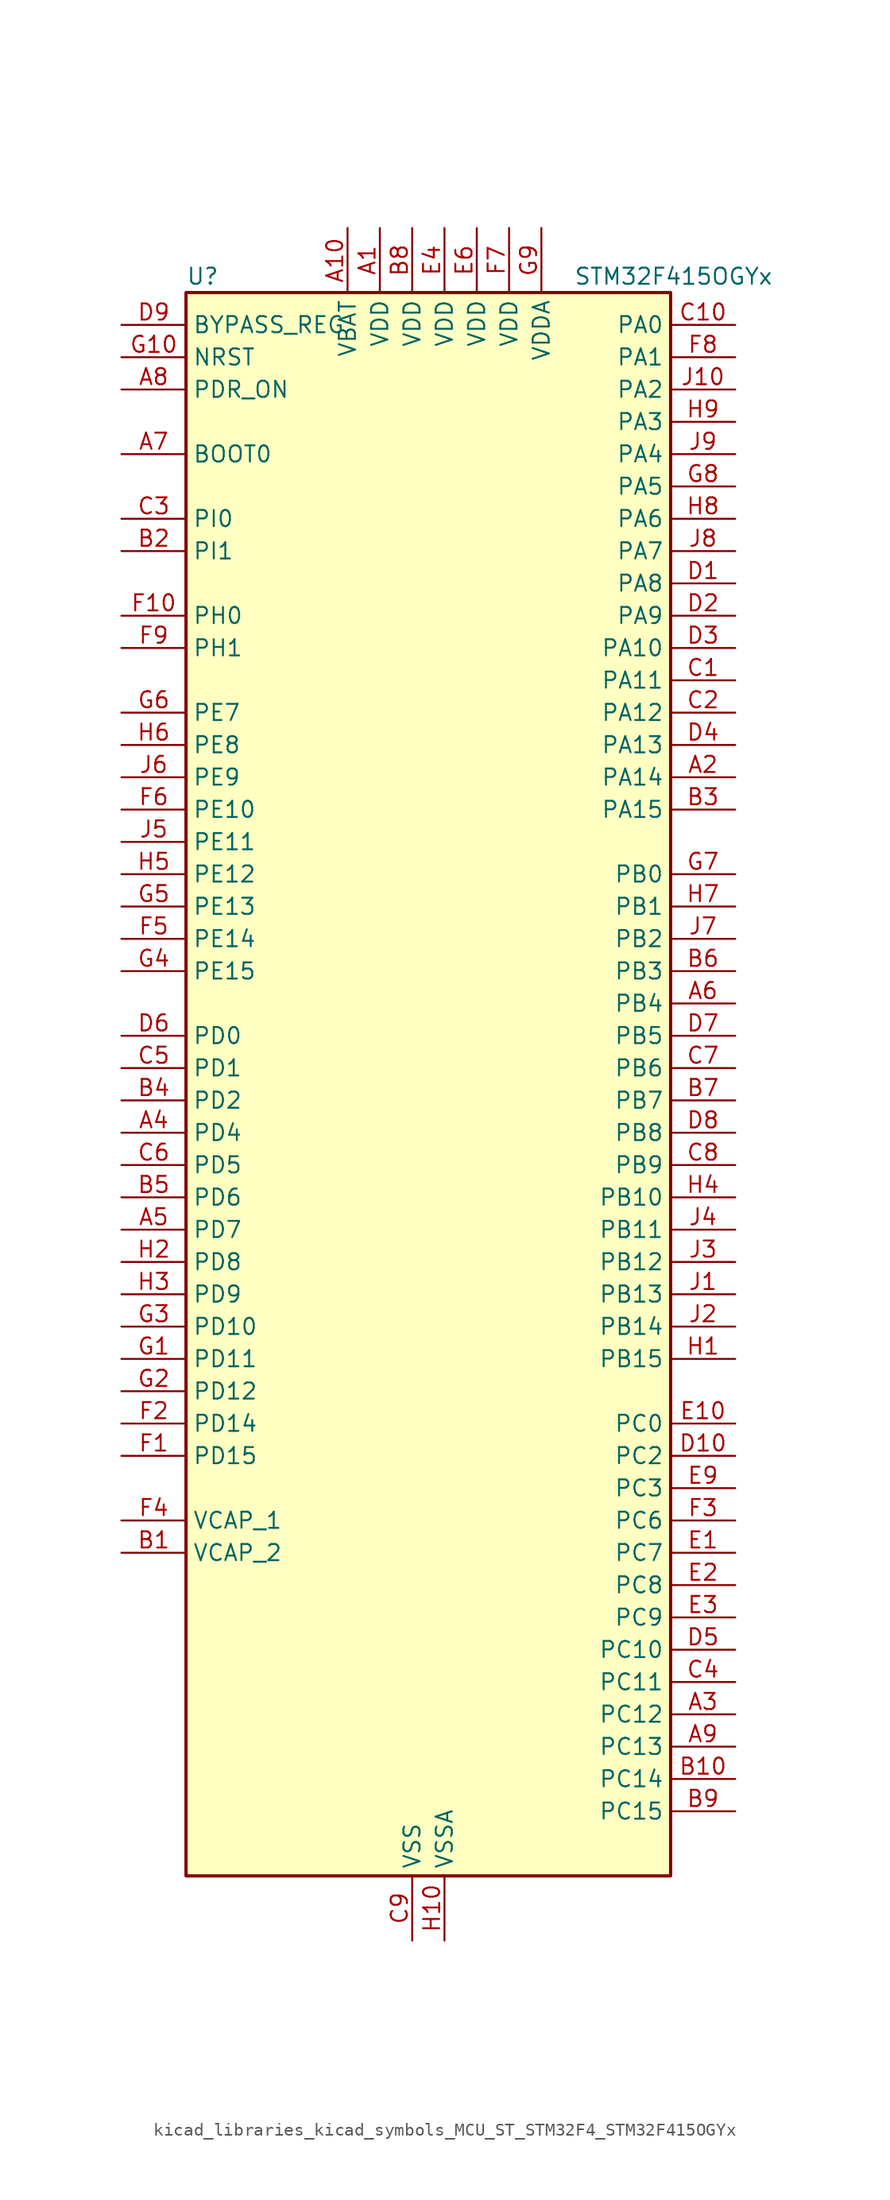
<source format=kicad_sym>
(kicad_symbol_lib
  (version 20220914)
  (generator kicad_symbol_editor)
  (symbol "kicad_libraries_kicad_symbols_MCU_ST_STM32F4_STM32F415OGYx"
    (property "Reference" "U"
      (at -17.78 64.77 0)
      (effects (font (size 1.27 1.27)) (justify left)))
    (property "Value" "STM32F415OGYx"
      (at 12.7 64.77 0)
      (effects (font (size 1.27 1.27)) (justify left)))
    (property "ki_locked" ""
      (at 0 0 0)
      (effects (font (size 1.27 1.27))))
    (symbol "kicad_libraries_kicad_symbols_MCU_ST_STM32F4_STM32F415OGYx_0_1"
      (rectangle (start -17.78 -60.96) (end 20.32 63.5) (stroke (width 0.254) (type default)) (fill (type background))))
    (symbol "kicad_libraries_kicad_symbols_MCU_ST_STM32F4_STM32F415OGYx_1_1"
      (pin power_in line (at -2.54 68.58 270) (length 5.08) (name "VDD" (effects (font (size 1.27 1.27)))) (number "A1" (effects (font (size 1.27 1.27)))))
      (pin power_in line (at -5.08 68.58 270) (length 5.08) (name "VBAT" (effects (font (size 1.27 1.27)))) (number "A10" (effects (font (size 1.27 1.27)))))
      (pin bidirectional line (at 25.4 25.4 180) (length 5.08) (name "PA14" (effects (font (size 1.27 1.27)))) (number "A2" (effects (font (size 1.27 1.27)))) (alternate "SYS_JTCK-SWCLK" bidirectional line))
      (pin bidirectional line (at 25.4 -48.26 180) (length 5.08) (name "PC12" (effects (font (size 1.27 1.27)))) (number "A3" (effects (font (size 1.27 1.27)))) (alternate "I2S3_SD" bidirectional line) (alternate "SDIO_CK" bidirectional line) (alternate "SPI3_MOSI" bidirectional line) (alternate "UART5_TX" bidirectional line) (alternate "USART3_CK" bidirectional line))
      (pin bidirectional line (at -22.86 -2.54 0) (length 5.08) (name "PD4" (effects (font (size 1.27 1.27)))) (number "A4" (effects (font (size 1.27 1.27)))) (alternate "FSMC_NOE" bidirectional line) (alternate "USART2_RTS" bidirectional line))
      (pin bidirectional line (at -22.86 -10.16 0) (length 5.08) (name "PD7" (effects (font (size 1.27 1.27)))) (number "A5" (effects (font (size 1.27 1.27)))) (alternate "FSMC_NCE2" bidirectional line) (alternate "FSMC_NE1" bidirectional line) (alternate "USART2_CK" bidirectional line))
      (pin bidirectional line (at 25.4 7.62 180) (length 5.08) (name "PB4" (effects (font (size 1.27 1.27)))) (number "A6" (effects (font (size 1.27 1.27)))) (alternate "I2S3_ext_SD" bidirectional line) (alternate "SPI1_MISO" bidirectional line) (alternate "SPI3_MISO" bidirectional line) (alternate "SYS_JTRST" bidirectional line) (alternate "TIM3_CH1" bidirectional line))
      (pin input line (at -22.86 50.8 0) (length 5.08) (name "BOOT0" (effects (font (size 1.27 1.27)))) (number "A7" (effects (font (size 1.27 1.27)))))
      (pin input line (at -22.86 55.88 0) (length 5.08) (name "PDR_ON" (effects (font (size 1.27 1.27)))) (number "A8" (effects (font (size 1.27 1.27)))))
      (pin bidirectional line (at 25.4 -50.8 180) (length 5.08) (name "PC13" (effects (font (size 1.27 1.27)))) (number "A9" (effects (font (size 1.27 1.27)))) (alternate "RTC_AF1" bidirectional line))
      (pin power_out line (at -22.86 -35.56 0) (length 5.08) (name "VCAP_2" (effects (font (size 1.27 1.27)))) (number "B1" (effects (font (size 1.27 1.27)))))
      (pin bidirectional line (at 25.4 -53.34 180) (length 5.08) (name "PC14" (effects (font (size 1.27 1.27)))) (number "B10" (effects (font (size 1.27 1.27)))) (alternate "RCC_OSC32_IN" bidirectional line))
      (pin bidirectional line (at -22.86 43.18 0) (length 5.08) (name "PI1" (effects (font (size 1.27 1.27)))) (number "B2" (effects (font (size 1.27 1.27)))) (alternate "I2S2_CK" bidirectional line) (alternate "SPI2_SCK" bidirectional line))
      (pin bidirectional line (at 25.4 22.86 180) (length 5.08) (name "PA15" (effects (font (size 1.27 1.27)))) (number "B3" (effects (font (size 1.27 1.27)))) (alternate "ADC1_EXTI15" bidirectional line) (alternate "ADC2_EXTI15" bidirectional line) (alternate "ADC3_EXTI15" bidirectional line) (alternate "I2S3_WS" bidirectional line) (alternate "SPI1_NSS" bidirectional line) (alternate "SPI3_NSS" bidirectional line) (alternate "SYS_JTDI" bidirectional line) (alternate "TIM2_CH1" bidirectional line) (alternate "TIM2_ETR" bidirectional line))
      (pin bidirectional line (at -22.86 0 0) (length 5.08) (name "PD2" (effects (font (size 1.27 1.27)))) (number "B4" (effects (font (size 1.27 1.27)))) (alternate "SDIO_CMD" bidirectional line) (alternate "TIM3_ETR" bidirectional line) (alternate "UART5_RX" bidirectional line))
      (pin bidirectional line (at -22.86 -7.62 0) (length 5.08) (name "PD6" (effects (font (size 1.27 1.27)))) (number "B5" (effects (font (size 1.27 1.27)))) (alternate "FSMC_NWAIT" bidirectional line) (alternate "USART2_RX" bidirectional line))
      (pin bidirectional line (at 25.4 10.16 180) (length 5.08) (name "PB3" (effects (font (size 1.27 1.27)))) (number "B6" (effects (font (size 1.27 1.27)))) (alternate "I2S3_CK" bidirectional line) (alternate "SPI1_SCK" bidirectional line) (alternate "SPI3_SCK" bidirectional line) (alternate "SYS_JTDO-SWO" bidirectional line) (alternate "TIM2_CH2" bidirectional line))
      (pin bidirectional line (at 25.4 0 180) (length 5.08) (name "PB7" (effects (font (size 1.27 1.27)))) (number "B7" (effects (font (size 1.27 1.27)))) (alternate "FSMC_NL" bidirectional line) (alternate "I2C1_SDA" bidirectional line) (alternate "TIM4_CH2" bidirectional line) (alternate "USART1_RX" bidirectional line))
      (pin power_in line (at 0 68.58 270) (length 5.08) (name "VDD" (effects (font (size 1.27 1.27)))) (number "B8" (effects (font (size 1.27 1.27)))))
      (pin bidirectional line (at 25.4 -55.88 180) (length 5.08) (name "PC15" (effects (font (size 1.27 1.27)))) (number "B9" (effects (font (size 1.27 1.27)))) (alternate "ADC1_EXTI15" bidirectional line) (alternate "ADC2_EXTI15" bidirectional line) (alternate "ADC3_EXTI15" bidirectional line) (alternate "RCC_OSC32_OUT" bidirectional line))
      (pin bidirectional line (at 25.4 33.02 180) (length 5.08) (name "PA11" (effects (font (size 1.27 1.27)))) (number "C1" (effects (font (size 1.27 1.27)))) (alternate "ADC1_EXTI11" bidirectional line) (alternate "ADC2_EXTI11" bidirectional line) (alternate "ADC3_EXTI11" bidirectional line) (alternate "CAN1_RX" bidirectional line) (alternate "TIM1_CH4" bidirectional line) (alternate "USART1_CTS" bidirectional line) (alternate "USB_OTG_FS_DM" bidirectional line))
      (pin bidirectional line (at 25.4 60.96 180) (length 5.08) (name "PA0" (effects (font (size 1.27 1.27)))) (number "C10" (effects (font (size 1.27 1.27)))) (alternate "ADC1_IN0" bidirectional line) (alternate "ADC2_IN0" bidirectional line) (alternate "ADC3_IN0" bidirectional line) (alternate "SYS_WKUP" bidirectional line) (alternate "TIM2_CH1" bidirectional line) (alternate "TIM2_ETR" bidirectional line) (alternate "TIM5_CH1" bidirectional line) (alternate "TIM8_ETR" bidirectional line) (alternate "UART4_TX" bidirectional line) (alternate "USART2_CTS" bidirectional line))
      (pin bidirectional line (at 25.4 30.48 180) (length 5.08) (name "PA12" (effects (font (size 1.27 1.27)))) (number "C2" (effects (font (size 1.27 1.27)))) (alternate "CAN1_TX" bidirectional line) (alternate "TIM1_ETR" bidirectional line) (alternate "USART1_RTS" bidirectional line) (alternate "USB_OTG_FS_DP" bidirectional line))
      (pin bidirectional line (at -22.86 45.72 0) (length 5.08) (name "PI0" (effects (font (size 1.27 1.27)))) (number "C3" (effects (font (size 1.27 1.27)))) (alternate "I2S2_WS" bidirectional line) (alternate "SPI2_NSS" bidirectional line) (alternate "TIM5_CH4" bidirectional line))
      (pin bidirectional line (at 25.4 -45.72 180) (length 5.08) (name "PC11" (effects (font (size 1.27 1.27)))) (number "C4" (effects (font (size 1.27 1.27)))) (alternate "ADC1_EXTI11" bidirectional line) (alternate "ADC2_EXTI11" bidirectional line) (alternate "ADC3_EXTI11" bidirectional line) (alternate "I2S3_ext_SD" bidirectional line) (alternate "SDIO_D3" bidirectional line) (alternate "SPI3_MISO" bidirectional line) (alternate "UART4_RX" bidirectional line) (alternate "USART3_RX" bidirectional line))
      (pin bidirectional line (at -22.86 2.54 0) (length 5.08) (name "PD1" (effects (font (size 1.27 1.27)))) (number "C5" (effects (font (size 1.27 1.27)))) (alternate "CAN1_TX" bidirectional line) (alternate "FSMC_D3" bidirectional line) (alternate "FSMC_DA3" bidirectional line))
      (pin bidirectional line (at -22.86 -5.08 0) (length 5.08) (name "PD5" (effects (font (size 1.27 1.27)))) (number "C6" (effects (font (size 1.27 1.27)))) (alternate "FSMC_NWE" bidirectional line) (alternate "USART2_TX" bidirectional line))
      (pin bidirectional line (at 25.4 2.54 180) (length 5.08) (name "PB6" (effects (font (size 1.27 1.27)))) (number "C7" (effects (font (size 1.27 1.27)))) (alternate "CAN2_TX" bidirectional line) (alternate "I2C1_SCL" bidirectional line) (alternate "TIM4_CH1" bidirectional line) (alternate "USART1_TX" bidirectional line))
      (pin bidirectional line (at 25.4 -5.08 180) (length 5.08) (name "PB9" (effects (font (size 1.27 1.27)))) (number "C8" (effects (font (size 1.27 1.27)))) (alternate "CAN1_TX" bidirectional line) (alternate "DAC_EXTI9" bidirectional line) (alternate "I2C1_SDA" bidirectional line) (alternate "I2S2_WS" bidirectional line) (alternate "SDIO_D5" bidirectional line) (alternate "SPI2_NSS" bidirectional line) (alternate "TIM11_CH1" bidirectional line) (alternate "TIM4_CH4" bidirectional line))
      (pin power_in line (at 0 -66.04 90) (length 5.08) (name "VSS" (effects (font (size 1.27 1.27)))) (number "C9" (effects (font (size 1.27 1.27)))))
      (pin bidirectional line (at 25.4 40.64 180) (length 5.08) (name "PA8" (effects (font (size 1.27 1.27)))) (number "D1" (effects (font (size 1.27 1.27)))) (alternate "I2C3_SCL" bidirectional line) (alternate "RCC_MCO_1" bidirectional line) (alternate "TIM1_CH1" bidirectional line) (alternate "USART1_CK" bidirectional line) (alternate "USB_OTG_FS_SOF" bidirectional line))
      (pin bidirectional line (at 25.4 -27.94 180) (length 5.08) (name "PC2" (effects (font (size 1.27 1.27)))) (number "D10" (effects (font (size 1.27 1.27)))) (alternate "ADC1_IN12" bidirectional line) (alternate "ADC2_IN12" bidirectional line) (alternate "ADC3_IN12" bidirectional line) (alternate "I2S2_ext_SD" bidirectional line) (alternate "SPI2_MISO" bidirectional line) (alternate "USB_OTG_HS_ULPI_DIR" bidirectional line))
      (pin bidirectional line (at 25.4 38.1 180) (length 5.08) (name "PA9" (effects (font (size 1.27 1.27)))) (number "D2" (effects (font (size 1.27 1.27)))) (alternate "DAC_EXTI9" bidirectional line) (alternate "I2C3_SMBA" bidirectional line) (alternate "TIM1_CH2" bidirectional line) (alternate "USART1_TX" bidirectional line) (alternate "USB_OTG_FS_VBUS" bidirectional line))
      (pin bidirectional line (at 25.4 35.56 180) (length 5.08) (name "PA10" (effects (font (size 1.27 1.27)))) (number "D3" (effects (font (size 1.27 1.27)))) (alternate "TIM1_CH3" bidirectional line) (alternate "USART1_RX" bidirectional line) (alternate "USB_OTG_FS_ID" bidirectional line))
      (pin bidirectional line (at 25.4 27.94 180) (length 5.08) (name "PA13" (effects (font (size 1.27 1.27)))) (number "D4" (effects (font (size 1.27 1.27)))) (alternate "SYS_JTMS-SWDIO" bidirectional line))
      (pin bidirectional line (at 25.4 -43.18 180) (length 5.08) (name "PC10" (effects (font (size 1.27 1.27)))) (number "D5" (effects (font (size 1.27 1.27)))) (alternate "I2S3_CK" bidirectional line) (alternate "SDIO_D2" bidirectional line) (alternate "SPI3_SCK" bidirectional line) (alternate "UART4_TX" bidirectional line) (alternate "USART3_TX" bidirectional line))
      (pin bidirectional line (at -22.86 5.08 0) (length 5.08) (name "PD0" (effects (font (size 1.27 1.27)))) (number "D6" (effects (font (size 1.27 1.27)))) (alternate "CAN1_RX" bidirectional line) (alternate "FSMC_D2" bidirectional line) (alternate "FSMC_DA2" bidirectional line))
      (pin bidirectional line (at 25.4 5.08 180) (length 5.08) (name "PB5" (effects (font (size 1.27 1.27)))) (number "D7" (effects (font (size 1.27 1.27)))) (alternate "CAN2_RX" bidirectional line) (alternate "I2C1_SMBA" bidirectional line) (alternate "I2S3_SD" bidirectional line) (alternate "SPI1_MOSI" bidirectional line) (alternate "SPI3_MOSI" bidirectional line) (alternate "TIM3_CH2" bidirectional line) (alternate "USB_OTG_HS_ULPI_D7" bidirectional line))
      (pin bidirectional line (at 25.4 -2.54 180) (length 5.08) (name "PB8" (effects (font (size 1.27 1.27)))) (number "D8" (effects (font (size 1.27 1.27)))) (alternate "CAN1_RX" bidirectional line) (alternate "I2C1_SCL" bidirectional line) (alternate "SDIO_D4" bidirectional line) (alternate "TIM10_CH1" bidirectional line) (alternate "TIM4_CH3" bidirectional line))
      (pin input line (at -22.86 60.96 0) (length 5.08) (name "BYPASS_REG" (effects (font (size 1.27 1.27)))) (number "D9" (effects (font (size 1.27 1.27)))))
      (pin bidirectional line (at 25.4 -35.56 180) (length 5.08) (name "PC7" (effects (font (size 1.27 1.27)))) (number "E1" (effects (font (size 1.27 1.27)))) (alternate "I2S3_MCK" bidirectional line) (alternate "SDIO_D7" bidirectional line) (alternate "TIM3_CH2" bidirectional line) (alternate "TIM8_CH2" bidirectional line) (alternate "USART6_RX" bidirectional line))
      (pin bidirectional line (at 25.4 -25.4 180) (length 5.08) (name "PC0" (effects (font (size 1.27 1.27)))) (number "E10" (effects (font (size 1.27 1.27)))) (alternate "ADC1_IN10" bidirectional line) (alternate "ADC2_IN10" bidirectional line) (alternate "ADC3_IN10" bidirectional line) (alternate "USB_OTG_HS_ULPI_STP" bidirectional line))
      (pin bidirectional line (at 25.4 -38.1 180) (length 5.08) (name "PC8" (effects (font (size 1.27 1.27)))) (number "E2" (effects (font (size 1.27 1.27)))) (alternate "SDIO_D0" bidirectional line) (alternate "TIM3_CH3" bidirectional line) (alternate "TIM8_CH3" bidirectional line) (alternate "USART6_CK" bidirectional line))
      (pin bidirectional line (at 25.4 -40.64 180) (length 5.08) (name "PC9" (effects (font (size 1.27 1.27)))) (number "E3" (effects (font (size 1.27 1.27)))) (alternate "DAC_EXTI9" bidirectional line) (alternate "I2C3_SDA" bidirectional line) (alternate "I2S_CKIN" bidirectional line) (alternate "RCC_MCO_2" bidirectional line) (alternate "SDIO_D1" bidirectional line) (alternate "TIM3_CH4" bidirectional line) (alternate "TIM8_CH4" bidirectional line))
      (pin power_in line (at 2.54 68.58 270) (length 5.08) (name "VDD" (effects (font (size 1.27 1.27)))) (number "E4" (effects (font (size 1.27 1.27)))))
      (pin passive line (at 0 -66.04 90) (length 5.08) hide (name "VSS" (effects (font (size 1.27 1.27)))) (number "E5" (effects (font (size 1.27 1.27)))))
      (pin power_in line (at 5.08 68.58 270) (length 5.08) (name "VDD" (effects (font (size 1.27 1.27)))) (number "E6" (effects (font (size 1.27 1.27)))))
      (pin passive line (at 0 -66.04 90) (length 5.08) hide (name "VSS" (effects (font (size 1.27 1.27)))) (number "E7" (effects (font (size 1.27 1.27)))))
      (pin passive line (at 0 -66.04 90) (length 5.08) hide (name "VSS" (effects (font (size 1.27 1.27)))) (number "E8" (effects (font (size 1.27 1.27)))))
      (pin bidirectional line (at 25.4 -30.48 180) (length 5.08) (name "PC3" (effects (font (size 1.27 1.27)))) (number "E9" (effects (font (size 1.27 1.27)))) (alternate "ADC1_IN13" bidirectional line) (alternate "ADC2_IN13" bidirectional line) (alternate "ADC3_IN13" bidirectional line) (alternate "I2S2_SD" bidirectional line) (alternate "SPI2_MOSI" bidirectional line) (alternate "USB_OTG_HS_ULPI_NXT" bidirectional line))
      (pin bidirectional line (at -22.86 -27.94 0) (length 5.08) (name "PD15" (effects (font (size 1.27 1.27)))) (number "F1" (effects (font (size 1.27 1.27)))) (alternate "ADC1_EXTI15" bidirectional line) (alternate "ADC2_EXTI15" bidirectional line) (alternate "ADC3_EXTI15" bidirectional line) (alternate "FSMC_D1" bidirectional line) (alternate "FSMC_DA1" bidirectional line) (alternate "TIM4_CH4" bidirectional line))
      (pin bidirectional line (at -22.86 38.1 0) (length 5.08) (name "PH0" (effects (font (size 1.27 1.27)))) (number "F10" (effects (font (size 1.27 1.27)))) (alternate "RCC_OSC_IN" bidirectional line))
      (pin bidirectional line (at -22.86 -25.4 0) (length 5.08) (name "PD14" (effects (font (size 1.27 1.27)))) (number "F2" (effects (font (size 1.27 1.27)))) (alternate "FSMC_D0" bidirectional line) (alternate "FSMC_DA0" bidirectional line) (alternate "TIM4_CH3" bidirectional line))
      (pin bidirectional line (at 25.4 -33.02 180) (length 5.08) (name "PC6" (effects (font (size 1.27 1.27)))) (number "F3" (effects (font (size 1.27 1.27)))) (alternate "I2S2_MCK" bidirectional line) (alternate "SDIO_D6" bidirectional line) (alternate "TIM3_CH1" bidirectional line) (alternate "TIM8_CH1" bidirectional line) (alternate "USART6_TX" bidirectional line))
      (pin power_out line (at -22.86 -33.02 0) (length 5.08) (name "VCAP_1" (effects (font (size 1.27 1.27)))) (number "F4" (effects (font (size 1.27 1.27)))))
      (pin bidirectional line (at -22.86 12.7 0) (length 5.08) (name "PE14" (effects (font (size 1.27 1.27)))) (number "F5" (effects (font (size 1.27 1.27)))) (alternate "FSMC_D11" bidirectional line) (alternate "FSMC_DA11" bidirectional line) (alternate "TIM1_CH4" bidirectional line))
      (pin bidirectional line (at -22.86 22.86 0) (length 5.08) (name "PE10" (effects (font (size 1.27 1.27)))) (number "F6" (effects (font (size 1.27 1.27)))) (alternate "FSMC_D7" bidirectional line) (alternate "FSMC_DA7" bidirectional line) (alternate "TIM1_CH2N" bidirectional line))
      (pin power_in line (at 7.62 68.58 270) (length 5.08) (name "VDD" (effects (font (size 1.27 1.27)))) (number "F7" (effects (font (size 1.27 1.27)))))
      (pin bidirectional line (at 25.4 58.42 180) (length 5.08) (name "PA1" (effects (font (size 1.27 1.27)))) (number "F8" (effects (font (size 1.27 1.27)))) (alternate "ADC1_IN1" bidirectional line) (alternate "ADC2_IN1" bidirectional line) (alternate "ADC3_IN1" bidirectional line) (alternate "TIM2_CH2" bidirectional line) (alternate "TIM5_CH2" bidirectional line) (alternate "UART4_RX" bidirectional line) (alternate "USART2_RTS" bidirectional line))
      (pin bidirectional line (at -22.86 35.56 0) (length 5.08) (name "PH1" (effects (font (size 1.27 1.27)))) (number "F9" (effects (font (size 1.27 1.27)))) (alternate "RCC_OSC_OUT" bidirectional line))
      (pin bidirectional line (at -22.86 -20.32 0) (length 5.08) (name "PD11" (effects (font (size 1.27 1.27)))) (number "G1" (effects (font (size 1.27 1.27)))) (alternate "ADC1_EXTI11" bidirectional line) (alternate "ADC2_EXTI11" bidirectional line) (alternate "ADC3_EXTI11" bidirectional line) (alternate "FSMC_A16" bidirectional line) (alternate "FSMC_CLE" bidirectional line) (alternate "USART3_CTS" bidirectional line))
      (pin input line (at -22.86 58.42 0) (length 5.08) (name "NRST" (effects (font (size 1.27 1.27)))) (number "G10" (effects (font (size 1.27 1.27)))))
      (pin bidirectional line (at -22.86 -22.86 0) (length 5.08) (name "PD12" (effects (font (size 1.27 1.27)))) (number "G2" (effects (font (size 1.27 1.27)))) (alternate "FSMC_A17" bidirectional line) (alternate "FSMC_ALE" bidirectional line) (alternate "TIM4_CH1" bidirectional line) (alternate "USART3_RTS" bidirectional line))
      (pin bidirectional line (at -22.86 -17.78 0) (length 5.08) (name "PD10" (effects (font (size 1.27 1.27)))) (number "G3" (effects (font (size 1.27 1.27)))) (alternate "FSMC_D15" bidirectional line) (alternate "FSMC_DA15" bidirectional line) (alternate "USART3_CK" bidirectional line))
      (pin bidirectional line (at -22.86 10.16 0) (length 5.08) (name "PE15" (effects (font (size 1.27 1.27)))) (number "G4" (effects (font (size 1.27 1.27)))) (alternate "ADC1_EXTI15" bidirectional line) (alternate "ADC2_EXTI15" bidirectional line) (alternate "ADC3_EXTI15" bidirectional line) (alternate "FSMC_D12" bidirectional line) (alternate "FSMC_DA12" bidirectional line) (alternate "TIM1_BKIN" bidirectional line))
      (pin bidirectional line (at -22.86 15.24 0) (length 5.08) (name "PE13" (effects (font (size 1.27 1.27)))) (number "G5" (effects (font (size 1.27 1.27)))) (alternate "FSMC_D10" bidirectional line) (alternate "FSMC_DA10" bidirectional line) (alternate "TIM1_CH3" bidirectional line))
      (pin bidirectional line (at -22.86 30.48 0) (length 5.08) (name "PE7" (effects (font (size 1.27 1.27)))) (number "G6" (effects (font (size 1.27 1.27)))) (alternate "FSMC_D4" bidirectional line) (alternate "FSMC_DA4" bidirectional line) (alternate "TIM1_ETR" bidirectional line))
      (pin bidirectional line (at 25.4 17.78 180) (length 5.08) (name "PB0" (effects (font (size 1.27 1.27)))) (number "G7" (effects (font (size 1.27 1.27)))) (alternate "ADC1_IN8" bidirectional line) (alternate "ADC2_IN8" bidirectional line) (alternate "TIM1_CH2N" bidirectional line) (alternate "TIM3_CH3" bidirectional line) (alternate "TIM8_CH2N" bidirectional line) (alternate "USB_OTG_HS_ULPI_D1" bidirectional line))
      (pin bidirectional line (at 25.4 48.26 180) (length 5.08) (name "PA5" (effects (font (size 1.27 1.27)))) (number "G8" (effects (font (size 1.27 1.27)))) (alternate "ADC1_IN5" bidirectional line) (alternate "ADC2_IN5" bidirectional line) (alternate "DAC_OUT2" bidirectional line) (alternate "SPI1_SCK" bidirectional line) (alternate "TIM2_CH1" bidirectional line) (alternate "TIM2_ETR" bidirectional line) (alternate "TIM8_CH1N" bidirectional line) (alternate "USB_OTG_HS_ULPI_CK" bidirectional line))
      (pin power_in line (at 10.16 68.58 270) (length 5.08) (name "VDDA" (effects (font (size 1.27 1.27)))) (number "G9" (effects (font (size 1.27 1.27)))))
      (pin bidirectional line (at 25.4 -20.32 180) (length 5.08) (name "PB15" (effects (font (size 1.27 1.27)))) (number "H1" (effects (font (size 1.27 1.27)))) (alternate "ADC1_EXTI15" bidirectional line) (alternate "ADC2_EXTI15" bidirectional line) (alternate "ADC3_EXTI15" bidirectional line) (alternate "I2S2_SD" bidirectional line) (alternate "RTC_REFIN" bidirectional line) (alternate "SPI2_MOSI" bidirectional line) (alternate "TIM12_CH2" bidirectional line) (alternate "TIM1_CH3N" bidirectional line) (alternate "TIM8_CH3N" bidirectional line) (alternate "USB_OTG_HS_DP" bidirectional line))
      (pin power_in line (at 2.54 -66.04 90) (length 5.08) (name "VSSA" (effects (font (size 1.27 1.27)))) (number "H10" (effects (font (size 1.27 1.27)))))
      (pin bidirectional line (at -22.86 -12.7 0) (length 5.08) (name "PD8" (effects (font (size 1.27 1.27)))) (number "H2" (effects (font (size 1.27 1.27)))) (alternate "FSMC_D13" bidirectional line) (alternate "FSMC_DA13" bidirectional line) (alternate "USART3_TX" bidirectional line))
      (pin bidirectional line (at -22.86 -15.24 0) (length 5.08) (name "PD9" (effects (font (size 1.27 1.27)))) (number "H3" (effects (font (size 1.27 1.27)))) (alternate "DAC_EXTI9" bidirectional line) (alternate "FSMC_D14" bidirectional line) (alternate "FSMC_DA14" bidirectional line) (alternate "USART3_RX" bidirectional line))
      (pin bidirectional line (at 25.4 -7.62 180) (length 5.08) (name "PB10" (effects (font (size 1.27 1.27)))) (number "H4" (effects (font (size 1.27 1.27)))) (alternate "I2C2_SCL" bidirectional line) (alternate "I2S2_CK" bidirectional line) (alternate "SPI2_SCK" bidirectional line) (alternate "TIM2_CH3" bidirectional line) (alternate "USART3_TX" bidirectional line) (alternate "USB_OTG_HS_ULPI_D3" bidirectional line))
      (pin bidirectional line (at -22.86 17.78 0) (length 5.08) (name "PE12" (effects (font (size 1.27 1.27)))) (number "H5" (effects (font (size 1.27 1.27)))) (alternate "FSMC_D9" bidirectional line) (alternate "FSMC_DA9" bidirectional line) (alternate "TIM1_CH3N" bidirectional line))
      (pin bidirectional line (at -22.86 27.94 0) (length 5.08) (name "PE8" (effects (font (size 1.27 1.27)))) (number "H6" (effects (font (size 1.27 1.27)))) (alternate "FSMC_D5" bidirectional line) (alternate "FSMC_DA5" bidirectional line) (alternate "TIM1_CH1N" bidirectional line))
      (pin bidirectional line (at 25.4 15.24 180) (length 5.08) (name "PB1" (effects (font (size 1.27 1.27)))) (number "H7" (effects (font (size 1.27 1.27)))) (alternate "ADC1_IN9" bidirectional line) (alternate "ADC2_IN9" bidirectional line) (alternate "TIM1_CH3N" bidirectional line) (alternate "TIM3_CH4" bidirectional line) (alternate "TIM8_CH3N" bidirectional line) (alternate "USB_OTG_HS_ULPI_D2" bidirectional line))
      (pin bidirectional line (at 25.4 45.72 180) (length 5.08) (name "PA6" (effects (font (size 1.27 1.27)))) (number "H8" (effects (font (size 1.27 1.27)))) (alternate "ADC1_IN6" bidirectional line) (alternate "ADC2_IN6" bidirectional line) (alternate "SPI1_MISO" bidirectional line) (alternate "TIM13_CH1" bidirectional line) (alternate "TIM1_BKIN" bidirectional line) (alternate "TIM3_CH1" bidirectional line) (alternate "TIM8_BKIN" bidirectional line))
      (pin bidirectional line (at 25.4 53.34 180) (length 5.08) (name "PA3" (effects (font (size 1.27 1.27)))) (number "H9" (effects (font (size 1.27 1.27)))) (alternate "ADC1_IN3" bidirectional line) (alternate "ADC2_IN3" bidirectional line) (alternate "ADC3_IN3" bidirectional line) (alternate "TIM2_CH4" bidirectional line) (alternate "TIM5_CH4" bidirectional line) (alternate "TIM9_CH2" bidirectional line) (alternate "USART2_RX" bidirectional line) (alternate "USB_OTG_HS_ULPI_D0" bidirectional line))
      (pin bidirectional line (at 25.4 -15.24 180) (length 5.08) (name "PB13" (effects (font (size 1.27 1.27)))) (number "J1" (effects (font (size 1.27 1.27)))) (alternate "CAN2_TX" bidirectional line) (alternate "I2S2_CK" bidirectional line) (alternate "SPI2_SCK" bidirectional line) (alternate "TIM1_CH1N" bidirectional line) (alternate "USART3_CTS" bidirectional line) (alternate "USB_OTG_HS_ULPI_D6" bidirectional line) (alternate "USB_OTG_HS_VBUS" bidirectional line))
      (pin bidirectional line (at 25.4 55.88 180) (length 5.08) (name "PA2" (effects (font (size 1.27 1.27)))) (number "J10" (effects (font (size 1.27 1.27)))) (alternate "ADC1_IN2" bidirectional line) (alternate "ADC2_IN2" bidirectional line) (alternate "ADC3_IN2" bidirectional line) (alternate "TIM2_CH3" bidirectional line) (alternate "TIM5_CH3" bidirectional line) (alternate "TIM9_CH1" bidirectional line) (alternate "USART2_TX" bidirectional line))
      (pin bidirectional line (at 25.4 -17.78 180) (length 5.08) (name "PB14" (effects (font (size 1.27 1.27)))) (number "J2" (effects (font (size 1.27 1.27)))) (alternate "I2S2_ext_SD" bidirectional line) (alternate "SPI2_MISO" bidirectional line) (alternate "TIM12_CH1" bidirectional line) (alternate "TIM1_CH2N" bidirectional line) (alternate "TIM8_CH2N" bidirectional line) (alternate "USART3_RTS" bidirectional line) (alternate "USB_OTG_HS_DM" bidirectional line))
      (pin bidirectional line (at 25.4 -12.7 180) (length 5.08) (name "PB12" (effects (font (size 1.27 1.27)))) (number "J3" (effects (font (size 1.27 1.27)))) (alternate "CAN2_RX" bidirectional line) (alternate "I2C2_SMBA" bidirectional line) (alternate "I2S2_WS" bidirectional line) (alternate "SPI2_NSS" bidirectional line) (alternate "TIM1_BKIN" bidirectional line) (alternate "USART3_CK" bidirectional line) (alternate "USB_OTG_HS_ID" bidirectional line) (alternate "USB_OTG_HS_ULPI_D5" bidirectional line))
      (pin bidirectional line (at 25.4 -10.16 180) (length 5.08) (name "PB11" (effects (font (size 1.27 1.27)))) (number "J4" (effects (font (size 1.27 1.27)))) (alternate "ADC1_EXTI11" bidirectional line) (alternate "ADC2_EXTI11" bidirectional line) (alternate "ADC3_EXTI11" bidirectional line) (alternate "I2C2_SDA" bidirectional line) (alternate "TIM2_CH4" bidirectional line) (alternate "USART3_RX" bidirectional line) (alternate "USB_OTG_HS_ULPI_D4" bidirectional line))
      (pin bidirectional line (at -22.86 20.32 0) (length 5.08) (name "PE11" (effects (font (size 1.27 1.27)))) (number "J5" (effects (font (size 1.27 1.27)))) (alternate "ADC1_EXTI11" bidirectional line) (alternate "ADC2_EXTI11" bidirectional line) (alternate "ADC3_EXTI11" bidirectional line) (alternate "FSMC_D8" bidirectional line) (alternate "FSMC_DA8" bidirectional line) (alternate "TIM1_CH2" bidirectional line))
      (pin bidirectional line (at -22.86 25.4 0) (length 5.08) (name "PE9" (effects (font (size 1.27 1.27)))) (number "J6" (effects (font (size 1.27 1.27)))) (alternate "DAC_EXTI9" bidirectional line) (alternate "FSMC_D6" bidirectional line) (alternate "FSMC_DA6" bidirectional line) (alternate "TIM1_CH1" bidirectional line))
      (pin bidirectional line (at 25.4 12.7 180) (length 5.08) (name "PB2" (effects (font (size 1.27 1.27)))) (number "J7" (effects (font (size 1.27 1.27)))))
      (pin bidirectional line (at 25.4 43.18 180) (length 5.08) (name "PA7" (effects (font (size 1.27 1.27)))) (number "J8" (effects (font (size 1.27 1.27)))) (alternate "ADC1_IN7" bidirectional line) (alternate "ADC2_IN7" bidirectional line) (alternate "SPI1_MOSI" bidirectional line) (alternate "TIM14_CH1" bidirectional line) (alternate "TIM1_CH1N" bidirectional line) (alternate "TIM3_CH2" bidirectional line) (alternate "TIM8_CH1N" bidirectional line))
      (pin bidirectional line (at 25.4 50.8 180) (length 5.08) (name "PA4" (effects (font (size 1.27 1.27)))) (number "J9" (effects (font (size 1.27 1.27)))) (alternate "ADC1_IN4" bidirectional line) (alternate "ADC2_IN4" bidirectional line) (alternate "DAC_OUT1" bidirectional line) (alternate "I2S3_WS" bidirectional line) (alternate "SPI1_NSS" bidirectional line) (alternate "SPI3_NSS" bidirectional line) (alternate "USART2_CK" bidirectional line) (alternate "USB_OTG_HS_SOF" bidirectional line)))))
</source>
